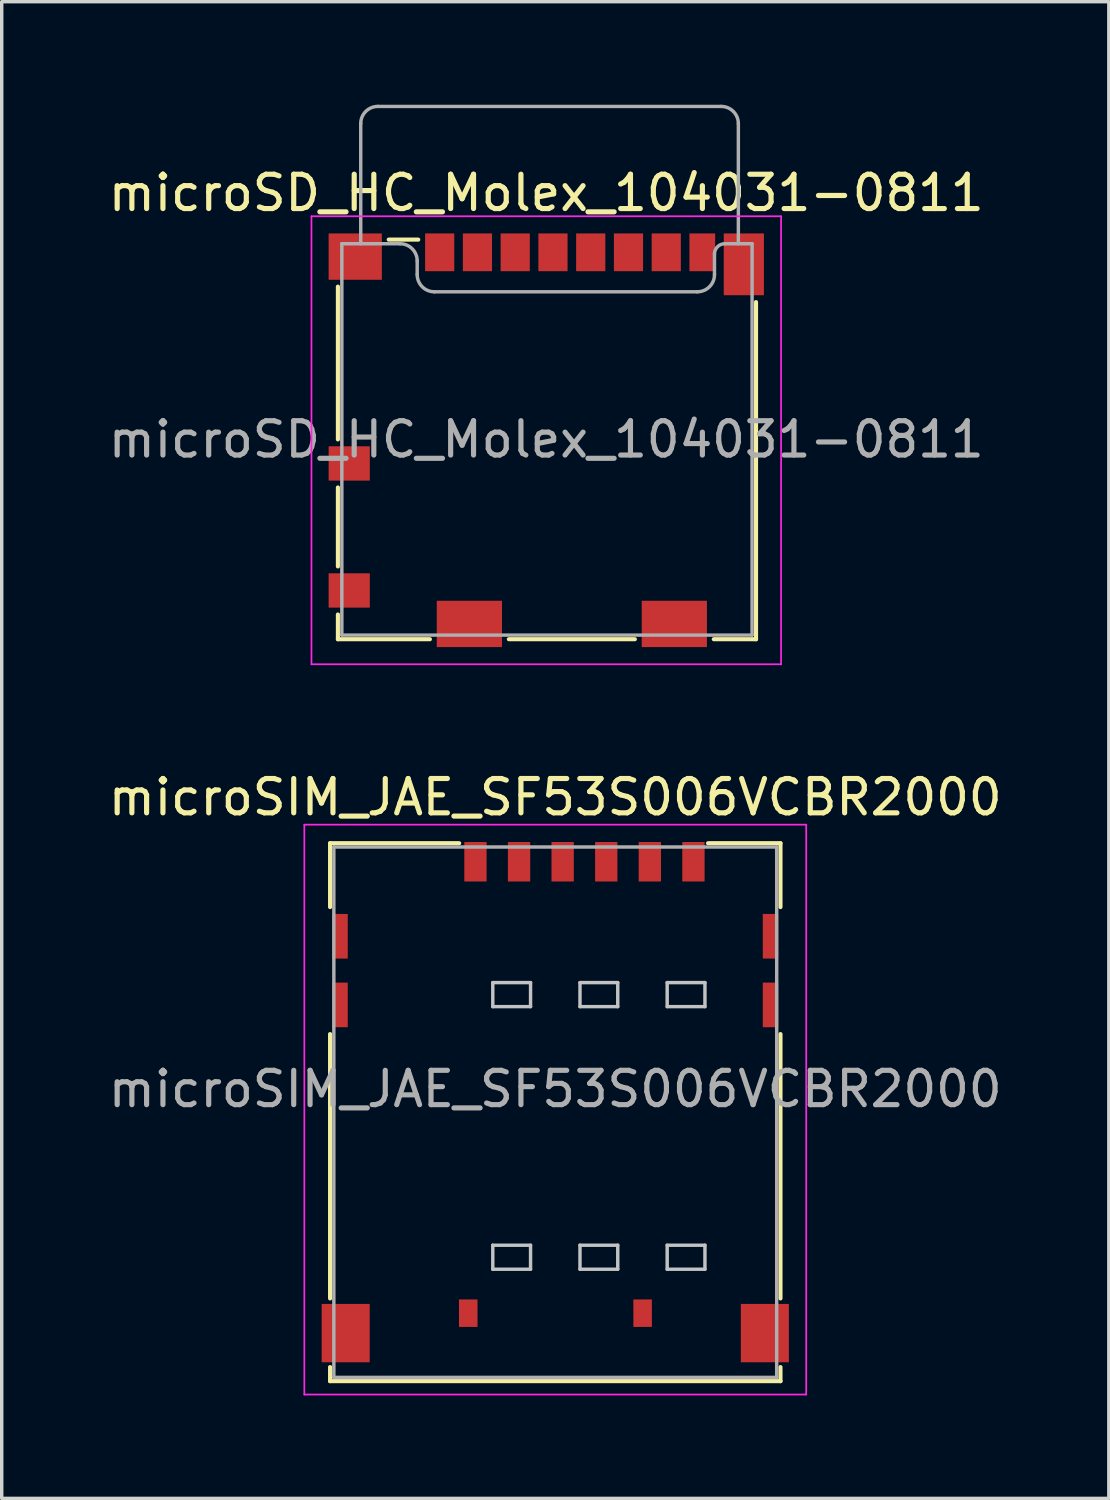
<source format=kicad_pcb>
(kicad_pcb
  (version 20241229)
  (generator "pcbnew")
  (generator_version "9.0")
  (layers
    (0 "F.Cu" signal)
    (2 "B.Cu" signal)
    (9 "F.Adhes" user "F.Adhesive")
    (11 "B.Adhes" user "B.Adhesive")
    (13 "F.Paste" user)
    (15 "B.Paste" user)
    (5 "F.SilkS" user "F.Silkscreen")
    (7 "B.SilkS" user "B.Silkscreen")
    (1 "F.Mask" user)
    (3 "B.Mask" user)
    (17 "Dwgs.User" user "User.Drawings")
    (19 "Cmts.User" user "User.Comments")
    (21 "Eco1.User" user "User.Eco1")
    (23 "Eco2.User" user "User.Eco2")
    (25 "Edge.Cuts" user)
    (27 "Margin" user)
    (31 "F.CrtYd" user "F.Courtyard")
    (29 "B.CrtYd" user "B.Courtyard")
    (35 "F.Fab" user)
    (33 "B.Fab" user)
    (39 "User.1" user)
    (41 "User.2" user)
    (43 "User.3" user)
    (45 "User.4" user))
  (footprint "microSIM_JAE_SF53S006VCBR2000"
    (layer "F.Cu")
    (at 13.125 28.673)
    (property "Reference" "microSIM_JAE_SF53S006VCBR2000" (at 0 -8.5 0) (layer "F.SilkS") (effects (font (size 1 1) (thickness 0.15))))
    (attr smd)
    (fp_line (start -6.56 -7.16) (end -2.8 -7.16) (stroke (width 0.12) (type solid)) (layer "F.SilkS"))
    (fp_line (start -6.56 -5.3) (end -6.56 -7.16) (stroke (width 0.12) (type solid)) (layer "F.SilkS"))
    (fp_line (start -6.56 6.1) (end -6.56 -1.6) (stroke (width 0.12) (type solid)) (layer "F.SilkS"))
    (fp_line (start -6.56 8.1) (end -6.56 8.51) (stroke (width 0.12) (type solid)) (layer "F.SilkS"))
    (fp_line (start -6.56 8.51) (end 6.56 8.51) (stroke (width 0.12) (type solid)) (layer "F.SilkS"))
    (fp_line (start 4.45 -7.16) (end 6.56 -7.16) (stroke (width 0.12) (type solid)) (layer "F.SilkS"))
    (fp_line (start 6.56 -5.3) (end 6.56 -7.16) (stroke (width 0.12) (type solid)) (layer "F.SilkS"))
    (fp_line (start 6.56 6.1) (end 6.56 -1.6) (stroke (width 0.12) (type solid)) (layer "F.SilkS"))
    (fp_line (start 6.56 8.1) (end 6.56 8.51) (stroke (width 0.12) (type solid)) (layer "F.SilkS"))
    (fp_line (start -1.82 -3.1) (end -1.82 -2.4) (stroke (width 0.1) (type solid)) (layer "Dwgs.User"))
    (fp_line (start -1.82 -3.1) (end -0.72 -3.1) (stroke (width 0.1) (type solid)) (layer "Dwgs.User"))
    (fp_line (start -1.82 -2.4) (end -0.72 -2.4) (stroke (width 0.1) (type solid)) (layer "Dwgs.User"))
    (fp_line (start -1.82 4.55) (end -1.82 5.25) (stroke (width 0.1) (type solid)) (layer "Dwgs.User"))
    (fp_line (start -1.82 4.55) (end -0.72 4.55) (stroke (width 0.1) (type solid)) (layer "Dwgs.User"))
    (fp_line (start -1.82 5.25) (end -0.72 5.25) (stroke (width 0.1) (type solid)) (layer "Dwgs.User"))
    (fp_line (start -0.72 -3.1) (end -0.72 -2.4) (stroke (width 0.1) (type solid)) (layer "Dwgs.User"))
    (fp_line (start -0.72 4.55) (end -0.72 5.25) (stroke (width 0.1) (type solid)) (layer "Dwgs.User"))
    (fp_line (start 0.72 -3.1) (end 0.72 -2.4) (stroke (width 0.1) (type solid)) (layer "Dwgs.User"))
    (fp_line (start 0.72 -3.1) (end 1.82 -3.1) (stroke (width 0.1) (type solid)) (layer "Dwgs.User"))
    (fp_line (start 0.72 -2.4) (end 1.82 -2.4) (stroke (width 0.1) (type solid)) (layer "Dwgs.User"))
    (fp_line (start 0.72 4.55) (end 0.72 5.25) (stroke (width 0.1) (type solid)) (layer "Dwgs.User"))
    (fp_line (start 0.72 4.55) (end 1.82 4.55) (stroke (width 0.1) (type solid)) (layer "Dwgs.User"))
    (fp_line (start 0.72 5.25) (end 1.82 5.25) (stroke (width 0.1) (type solid)) (layer "Dwgs.User"))
    (fp_line (start 1.82 -3.1) (end 1.82 -2.4) (stroke (width 0.1) (type solid)) (layer "Dwgs.User"))
    (fp_line (start 1.82 4.55) (end 1.82 5.25) (stroke (width 0.1) (type solid)) (layer "Dwgs.User"))
    (fp_line (start 3.26 -3.1) (end 3.26 -2.4) (stroke (width 0.1) (type solid)) (layer "Dwgs.User"))
    (fp_line (start 3.26 -3.1) (end 4.36 -3.1) (stroke (width 0.1) (type solid)) (layer "Dwgs.User"))
    (fp_line (start 3.26 -2.4) (end 4.36 -2.4) (stroke (width 0.1) (type solid)) (layer "Dwgs.User"))
    (fp_line (start 3.26 4.55) (end 3.26 5.25) (stroke (width 0.1) (type solid)) (layer "Dwgs.User"))
    (fp_line (start 3.26 4.55) (end 4.36 4.55) (stroke (width 0.1) (type solid)) (layer "Dwgs.User"))
    (fp_line (start 3.26 5.25) (end 4.36 5.25) (stroke (width 0.1) (type solid)) (layer "Dwgs.User"))
    (fp_line (start 4.36 -3.1) (end 4.36 -2.4) (stroke (width 0.1) (type solid)) (layer "Dwgs.User"))
    (fp_line (start 4.36 4.55) (end 4.36 5.25) (stroke (width 0.1) (type solid)) (layer "Dwgs.User"))
    (fp_line (start -7.31 -7.7) (end -7.31 8.9) (stroke (width 0.05) (type solid)) (layer "F.CrtYd"))
    (fp_line (start -7.31 -7.7) (end 7.31 -7.7) (stroke (width 0.05) (type solid)) (layer "F.CrtYd"))
    (fp_line (start -7.31 8.9) (end 7.31 8.9) (stroke (width 0.05) (type solid)) (layer "F.CrtYd"))
    (fp_line (start 7.31 -7.7) (end 7.31 8.9) (stroke (width 0.05) (type solid)) (layer "F.CrtYd"))
    (fp_line (start -6.45 -7.05) (end -6.45 8.4) (stroke (width 0.1) (type solid)) (layer "F.Fab"))
    (fp_line (start -6.45 -7.05) (end 6.45 -7.05) (stroke (width 0.1) (type solid)) (layer "F.Fab"))
    (fp_line (start -6.45 8.4) (end 6.45 8.4) (stroke (width 0.1) (type solid)) (layer "F.Fab"))
    (fp_line (start 6.45 -7.05) (end 6.45 8.4) (stroke (width 0.1) (type solid)) (layer "F.Fab"))
    (fp_text user "${REFERENCE}" (at 0 0 0) (layer "F.Fab") (effects (font (size 1 1) (thickness 0.15))))
    (pad "1" smd rect (at 2.755 -6.62) (size 0.65 1.15) (layers "F.Cu" "F.Mask" "F.Paste"))
    (pad "2" smd rect (at 0.215 -6.62) (size 0.65 1.15) (layers "F.Cu" "F.Mask" "F.Paste"))
    (pad "3" smd rect (at -2.325 -6.62) (size 0.65 1.15) (layers "F.Cu" "F.Mask" "F.Paste"))
    (pad "5" smd rect (at 4.025 -6.62) (size 0.65 1.15) (layers "F.Cu" "F.Mask" "F.Paste"))
    (pad "6" smd rect (at 1.485 -6.62) (size 0.65 1.15) (layers "F.Cu" "F.Mask" "F.Paste"))
    (pad "7" smd rect (at -1.055 -6.62) (size 0.65 1.15) (layers "F.Cu" "F.Mask" "F.Paste"))
    (pad "SH" smd rect (at -6.27 -4.45) (size 0.45 1.3) (layers "F.Cu" "F.Mask" "F.Paste"))
    (pad "SH" smd rect (at -6.27 -2.45) (size 0.45 1.3) (layers "F.Cu" "F.Mask" "F.Paste"))
    (pad "SH" smd rect (at -6.105 7.11) (size 1.4 1.7) (layers "F.Cu" "F.Mask" "F.Paste"))
    (pad "SH" smd rect (at -2.535 6.53) (size 0.54 0.8) (layers "F.Cu" "F.Mask" "F.Paste"))
    (pad "SH" smd rect (at 2.545 6.53) (size 0.54 0.8) (layers "F.Cu" "F.Mask" "F.Paste"))
    (pad "SH" smd rect (at 6.105 7.11) (size 1.4 1.7) (layers "F.Cu" "F.Mask" "F.Paste"))
    (pad "SH" smd rect (at 6.27 -4.45) (size 0.45 1.3) (layers "F.Cu" "F.Mask" "F.Paste"))
    (pad "SH" smd rect (at 6.27 -2.45) (size 0.45 1.3) (layers "F.Cu" "F.Mask" "F.Paste")))
  (footprint "microSD_HC_Molex_104031-0811"
    (layer "F.Cu")
    (at 12.863 9.75)
    (property "Reference" "microSD_HC_Molex_104031-0811" (at 0 -7.18 0) (layer "F.SilkS") (effects (font (size 1 1) (thickness 0.15))))
    (attr smd)
    (fp_line (start -6.07 -4.45) (end -6.07 0) (stroke (width 0.12) (type solid)) (layer "F.SilkS"))
    (fp_line (start -6.07 1.4) (end -6.07 3.7) (stroke (width 0.12) (type solid)) (layer "F.SilkS"))
    (fp_line (start -6.07 5.1) (end -6.07 5.82) (stroke (width 0.12) (type solid)) (layer "F.SilkS"))
    (fp_line (start -6.07 5.82) (end -3.39 5.82) (stroke (width 0.12) (type solid)) (layer "F.SilkS"))
    (fp_line (start -4.59 -5.82) (end -3.73 -5.82) (stroke (width 0.12) (type solid)) (layer "F.SilkS"))
    (fp_line (start -1.09 5.82) (end 2.58 5.82) (stroke (width 0.12) (type solid)) (layer "F.SilkS"))
    (fp_line (start 4.88 5.82) (end 6.11 5.82) (stroke (width 0.12) (type solid)) (layer "F.SilkS"))
    (fp_line (start 6.11 5.82) (end 6.11 -4) (stroke (width 0.12) (type solid)) (layer "F.SilkS"))
    (fp_line (start -6.84 -6.5) (end 6.84 -6.5) (stroke (width 0.05) (type solid)) (layer "F.CrtYd"))
    (fp_line (start -6.84 6.55) (end -6.84 -6.5) (stroke (width 0.05) (type solid)) (layer "F.CrtYd"))
    (fp_line (start 6.84 -6.5) (end 6.84 6.55) (stroke (width 0.05) (type solid)) (layer "F.CrtYd"))
    (fp_line (start 6.84 6.55) (end -6.84 6.55) (stroke (width 0.05) (type solid)) (layer "F.CrtYd"))
    (fp_line (start -5.955 -5.7) (end -5.955 5.7) (stroke (width 0.1) (type solid)) (layer "F.Fab"))
    (fp_line (start -5.955 -5.7) (end -4.26 -5.7) (stroke (width 0.1) (type solid)) (layer "F.Fab"))
    (fp_line (start -5.405 -9.2) (end -5.405 -5.7) (stroke (width 0.1) (type solid)) (layer "F.Fab"))
    (fp_line (start -4.905 -9.7) (end 5.095 -9.7) (stroke (width 0.1) (type solid)) (layer "F.Fab"))
    (fp_line (start -3.76 -4.8) (end -3.76 -5.2) (stroke (width 0.1) (type solid)) (layer "F.Fab"))
    (fp_line (start 4.4 -4.3) (end -3.26 -4.3) (stroke (width 0.1) (type solid)) (layer "F.Fab"))
    (fp_line (start 4.9 -5.4) (end 4.9 -4.8) (stroke (width 0.1) (type solid)) (layer "F.Fab"))
    (fp_line (start 5.595 -5.7) (end 5.595 -9.2) (stroke (width 0.1) (type solid)) (layer "F.Fab"))
    (fp_line (start 5.995 -5.7) (end 5.21 -5.7) (stroke (width 0.1) (type solid)) (layer "F.Fab"))
    (fp_line (start 5.995 5.7) (end -5.955 5.7) (stroke (width 0.1) (type solid)) (layer "F.Fab"))
    (fp_line (start 5.995 5.7) (end 5.995 -5.7) (stroke (width 0.1) (type solid)) (layer "F.Fab"))
    (fp_arc (start -5.405 -9.2) (mid -5.258553 -9.553553) (end -4.905 -9.7) (stroke (width 0.1) (type solid)) (layer "F.Fab"))
    (fp_arc (start -4.26 -5.7) (mid -3.906447 -5.553553) (end -3.76 -5.2) (stroke (width 0.1) (type solid)) (layer "F.Fab"))
    (fp_arc (start -3.26 -4.3) (mid -3.613553 -4.446447) (end -3.76 -4.8) (stroke (width 0.1) (type solid)) (layer "F.Fab"))
    (fp_arc (start 4.9 -5.4) (mid 4.987868 -5.612132) (end 5.2 -5.7) (stroke (width 0.1) (type solid)) (layer "F.Fab"))
    (fp_arc (start 4.9 -4.8) (mid 4.753553 -4.446447) (end 4.4 -4.3) (stroke (width 0.1) (type solid)) (layer "F.Fab"))
    (fp_arc (start 5.095 -9.7) (mid 5.448553 -9.553553) (end 5.595 -9.2) (stroke (width 0.1) (type solid)) (layer "F.Fab"))
    (fp_text user "${REFERENCE}" (at 0 0 0) (layer "F.Fab") (effects (font (size 1 1) (thickness 0.15))))
    (pad "1" smd rect (at -3.105 -5.45) (size 0.85 1.1) (layers "F.Cu" "F.Mask" "F.Paste"))
    (pad "2" smd rect (at -2.005 -5.45) (size 0.85 1.1) (layers "F.Cu" "F.Mask" "F.Paste"))
    (pad "3" smd rect (at -0.905 -5.45) (size 0.85 1.1) (layers "F.Cu" "F.Mask" "F.Paste"))
    (pad "4" smd rect (at 0.195 -5.45) (size 0.85 1.1) (layers "F.Cu" "F.Mask" "F.Paste"))
    (pad "5" smd rect (at 1.295 -5.45) (size 0.85 1.1) (layers "F.Cu" "F.Mask" "F.Paste"))
    (pad "6" smd rect (at 2.395 -5.45) (size 0.85 1.1) (layers "F.Cu" "F.Mask" "F.Paste"))
    (pad "7" smd rect (at 3.495 -5.45) (size 0.85 1.1) (layers "F.Cu" "F.Mask" "F.Paste"))
    (pad "8" smd rect (at 4.545 -5.45) (size 0.75 1.1) (layers "F.Cu" "F.Mask" "F.Paste"))
    (pad "9" smd rect (at -5.74 0.7) (size 1.2 1) (layers "F.Cu" "F.Mask" "F.Paste"))
    (pad "10" smd rect (at -5.74 4.4) (size 1.2 1) (layers "F.Cu" "F.Mask" "F.Paste"))
    (pad "11" smd rect (at -5.565 -5.325) (size 1.55 1.35) (layers "F.Cu" "F.Mask" "F.Paste"))
    (pad "11" smd rect (at -2.24 5.375) (size 1.9 1.35) (layers "F.Cu" "F.Mask" "F.Paste"))
    (pad "11" smd rect (at 3.73 5.375) (size 1.9 1.35) (layers "F.Cu" "F.Mask" "F.Paste"))
    (pad "11" smd rect (at 5.755 -5.1) (size 1.17 1.8) (layers "F.Cu" "F.Mask" "F.Paste")))
  (gr_rect
    (start -3 -3)
    (end 29.25 40.598)
    (stroke (width 0.1) (type default))
    (fill no)
    (layer "Edge.Cuts")))
</source>
